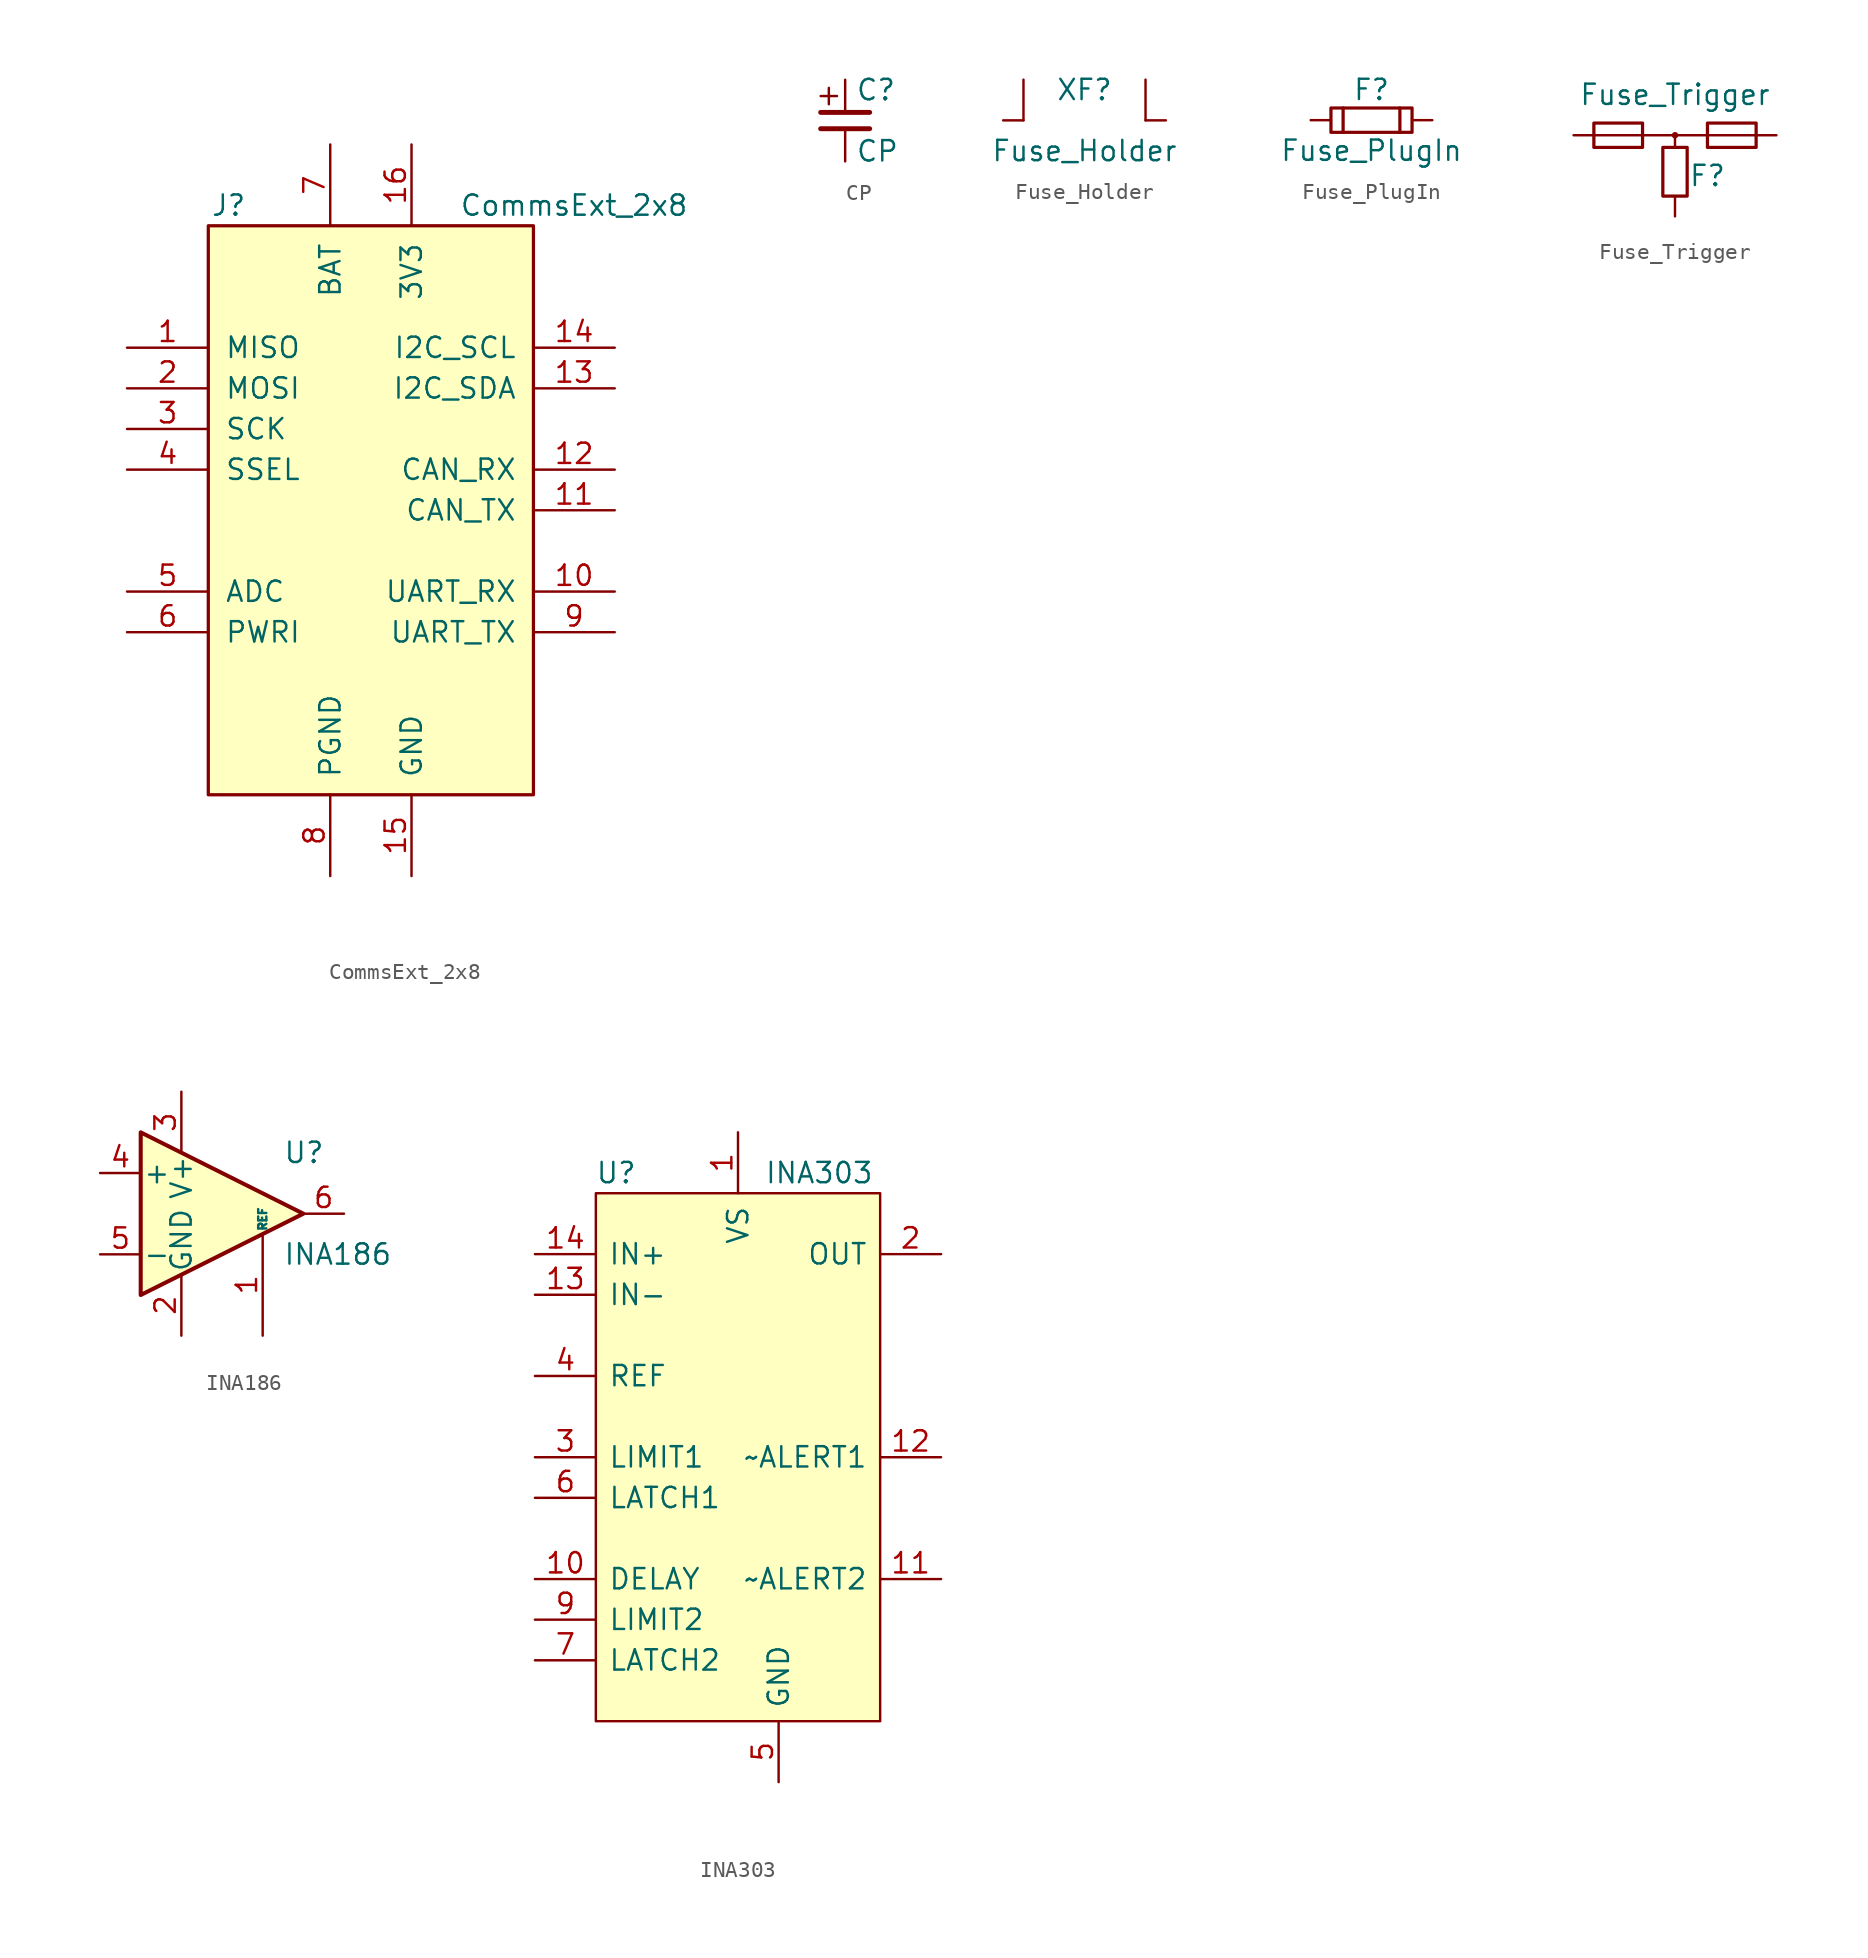
<source format=kicad_sym>
(kicad_symbol_lib
  (version 20220914)
  (generator kicad_symbol_editor)
  (symbol "CommsExt_2x8"
    (pin_names
      (offset 1.016))
    (property "Reference" "J"
      (at -8.89 19.05 0)
      (effects (font (size 1.27 1.27))))
    (property "Value" "CommsExt_2x8"
      (at 12.7 19.05 0)
      (effects (font (size 1.27 1.27))))
    (symbol "CommsExt_2x8_0_1"
      (rectangle (start -10.16 17.78) (end 10.16 -17.78) (stroke (width 0.203) (type default)) (fill (type background))))
    (symbol "CommsExt_2x8_1_1"
      (pin output line (at -15.24 10.16 0) (length 5.08) (name "MISO" (effects (font (size 1.27 1.27)))) (number "1" (effects (font (size 1.27 1.27)))))
      (pin output line (at 15.24 -5.08 180) (length 5.08) (name "UART_RX" (effects (font (size 1.27 1.27)))) (number "10" (effects (font (size 1.27 1.27)))))
      (pin input line (at 15.24 0 180) (length 5.08) (name "CAN_TX" (effects (font (size 1.27 1.27)))) (number "11" (effects (font (size 1.27 1.27)))))
      (pin output line (at 15.24 2.54 180) (length 5.08) (name "CAN_RX" (effects (font (size 1.27 1.27)))) (number "12" (effects (font (size 1.27 1.27)))))
      (pin bidirectional line (at 15.24 7.62 180) (length 5.08) (name "I2C_SDA" (effects (font (size 1.27 1.27)))) (number "13" (effects (font (size 1.27 1.27)))))
      (pin output line (at 15.24 10.16 180) (length 5.08) (name "I2C_SCL" (effects (font (size 1.27 1.27)))) (number "14" (effects (font (size 1.27 1.27)))))
      (pin power_in line (at 2.54 -22.86 90) (length 5.08) (name "GND" (effects (font (size 1.27 1.27)))) (number "15" (effects (font (size 1.27 1.27)))))
      (pin power_in line (at 2.54 22.86 270) (length 5.08) (name "3V3" (effects (font (size 1.27 1.27)))) (number "16" (effects (font (size 1.27 1.27)))))
      (pin input line (at -15.24 7.62 0) (length 5.08) (name "MOSI" (effects (font (size 1.27 1.27)))) (number "2" (effects (font (size 1.27 1.27)))))
      (pin input line (at -15.24 5.08 0) (length 5.08) (name "SCK" (effects (font (size 1.27 1.27)))) (number "3" (effects (font (size 1.27 1.27)))))
      (pin input line (at -15.24 2.54 0) (length 5.08) (name "SSEL" (effects (font (size 1.27 1.27)))) (number "4" (effects (font (size 1.27 1.27)))))
      (pin output line (at -15.24 -5.08 0) (length 5.08) (name "ADC" (effects (font (size 1.27 1.27)))) (number "5" (effects (font (size 1.27 1.27)))))
      (pin bidirectional line (at -15.24 -7.62 0) (length 5.08) (name "PWRI" (effects (font (size 1.27 1.27)))) (number "6" (effects (font (size 1.27 1.27)))))
      (pin power_in line (at -2.54 22.86 270) (length 5.08) (name "BAT" (effects (font (size 1.27 1.27)))) (number "7" (effects (font (size 1.27 1.27)))))
      (pin power_in line (at -2.54 -22.86 90) (length 5.08) (name "PGND" (effects (font (size 1.27 1.27)))) (number "8" (effects (font (size 1.27 1.27)))))
      (pin input line (at 15.24 -7.62 180) (length 5.08) (name "UART_TX" (effects (font (size 1.27 1.27)))) (number "9" (effects (font (size 1.27 1.27)))))))
  (symbol "CP"
    (pin_numbers hide)
    (pin_names
      (offset 0.254) hide)
    (property "Reference" "C"
      (at 0.635 1.905 0)
      (effects (font (size 1.27 1.27)) (justify left)))
    (property "Value" "CP"
      (at 0.635 -1.905 0)
      (effects (font (size 1.27 1.27)) (justify left)))
    (symbol "CP_0_0"
      (polyline (pts (xy -1.524 -0.508) (xy 1.524 -0.508)) (stroke (width 0.305) (type default)) (fill (type none)))
      (polyline (pts (xy -1.524 0.508) (xy 1.524 0.508)) (stroke (width 0.305) (type default)) (fill (type none))))
    (symbol "CP_0_1"
      (polyline (pts (xy -1.524 1.524) (xy -0.508 1.524)) (stroke (width 0) (type default)) (fill (type none)))
      (polyline (pts (xy -1.016 1.016) (xy -1.016 2.032)) (stroke (width 0) (type default)) (fill (type none))))
    (symbol "CP_1_1"
      (pin passive line (at 0 2.54 270) (length 2.032) (name "~" (effects (font (size 1.016 1.016)))) (number "1" (effects (font (size 1.016 1.016)))))
      (pin passive line (at 0 -2.54 90) (length 2.032) (name "~" (effects (font (size 1.016 1.016)))) (number "2" (effects (font (size 1.016 1.016)))))))
  (symbol "Fuse_Holder"
    (pin_numbers hide)
    (pin_names
      (offset 0.254) hide)
    (property "Reference" "XF"
      (at 0 1.905 0)
      (effects (font (size 1.27 1.27))))
    (property "Value" "Fuse_Holder"
      (at 0 -1.905 0)
      (effects (font (size 1.27 1.27))))
    (symbol "Fuse_Holder_0_1"
      (polyline (pts (xy -3.81 0) (xy -3.81 2.54)) (stroke (width 0) (type default)) (fill (type none)))
      (polyline (pts (xy 3.81 0) (xy 3.81 2.54)) (stroke (width 0) (type default)) (fill (type none))))
    (symbol "Fuse_Holder_1_1"
      (pin passive line (at -5.08 0 0) (length 1.27) (name "~" (effects (font (size 1.016 1.016)))) (number "1" (effects (font (size 1.016 1.016)))))
      (pin passive line (at 5.08 0 180) (length 1.27) (name "~" (effects (font (size 1.016 1.016)))) (number "2" (effects (font (size 1.016 1.016)))))))
  (symbol "Fuse_PlugIn"
    (pin_numbers hide)
    (pin_names
      (offset 0.254) hide)
    (property "Reference" "F"
      (at 0 1.905 0)
      (effects (font (size 1.27 1.27))))
    (property "Value" "Fuse_PlugIn"
      (at 0 -1.905 0)
      (effects (font (size 1.27 1.27))))
    (symbol "Fuse_PlugIn_0_1"
      (rectangle (start -2.54 0.762) (end 2.54 -0.762) (stroke (width 0.203) (type default)) (fill (type none)))
      (polyline (pts (xy -3.81 0) (xy -2.54 0)) (stroke (width 0) (type default)) (fill (type none)))
      (polyline (pts (xy -1.778 0.762) (xy -1.778 -0.762)) (stroke (width 0.203) (type default)) (fill (type none)))
      (polyline (pts (xy 1.778 0.762) (xy 1.778 -0.762)) (stroke (width 0.203) (type default)) (fill (type none)))
      (polyline (pts (xy 2.54 0) (xy 3.81 0)) (stroke (width 0) (type default)) (fill (type none)))))
  (symbol "Fuse_Trigger"
    (pin_numbers hide)
    (pin_names
      (offset 0.254) hide)
    (property "Reference" "F"
      (at 2.032 -2.54 0)
      (effects (font (size 1.27 1.27))))
    (property "Value" "Fuse_Trigger"
      (at 0 2.54 0)
      (effects (font (size 1.27 1.27))))
    (symbol "Fuse_Trigger_0_1"
      (rectangle (start -5.08 0.762) (end -2.032 -0.762) (stroke (width 0.203) (type default)) (fill (type none)))
      (rectangle (start -0.762 -3.81) (end 0.762 -0.762) (stroke (width 0.203) (type default)) (fill (type none)))
      (polyline (pts (xy -5.08 0) (xy 5.08 0)) (stroke (width 0) (type default)) (fill (type none)))
      (polyline (pts (xy 0 -0.762) (xy 0 0)) (stroke (width 0) (type default)) (fill (type none)))
      (circle (center 0 0) (radius 0.127) (stroke (width 0) (type default)) (fill (type outline)))
      (rectangle (start 2.032 0.762) (end 5.08 -0.762) (stroke (width 0.203) (type default)) (fill (type none))))
    (symbol "Fuse_Trigger_1_1"
      (pin passive line (at -6.35 0 0) (length 1.27) (name "~" (effects (font (size 1.016 1.016)))) (number "1" (effects (font (size 1.016 1.016)))))
      (pin input line (at 0 -5.08 90) (length 1.27) (name "TRIG" (effects (font (size 1.27 1.27)))) (number "2" (effects (font (size 1.27 1.27)))))
      (pin passive line (at 6.35 0 180) (length 1.27) (name "~" (effects (font (size 1.016 1.016)))) (number "3" (effects (font (size 1.016 1.016)))))))
  (symbol "INA186"
    (pin_names
      (offset 0.127))
    (property "Reference" "U"
      (at 3.81 3.81 0)
      (effects (font (size 1.27 1.27)) (justify left)))
    (property "Value" "INA186"
      (at 3.81 -2.54 0)
      (effects (font (size 1.27 1.27)) (justify left)))
    (symbol "INA186_0_1"
      (polyline (pts (xy 5.08 0) (xy -5.08 5.08) (xy -5.08 -5.08) (xy 5.08 0)) (stroke (width 0.254) (type default)) (fill (type background))))
    (symbol "INA186_1_1"
      (pin input line (at 2.54 -7.62 90) (length 6.35) (name "REF" (effects (font (size 0.508 0.508)))) (number "1" (effects (font (size 1.27 1.27)))))
      (pin power_in line (at -2.54 -7.62 90) (length 3.81) (name "GND" (effects (font (size 1.27 1.27)))) (number "2" (effects (font (size 1.27 1.27)))))
      (pin power_in line (at -2.54 7.62 270) (length 3.81) (name "V+" (effects (font (size 1.27 1.27)))) (number "3" (effects (font (size 1.27 1.27)))))
      (pin input line (at -7.62 2.54 0) (length 2.54) (name "+" (effects (font (size 1.27 1.27)))) (number "4" (effects (font (size 1.27 1.27)))))
      (pin input line (at -7.62 -2.54 0) (length 2.54) (name "-" (effects (font (size 1.27 1.27)))) (number "5" (effects (font (size 1.27 1.27)))))
      (pin output line (at 7.62 0 180) (length 2.54) (name "~" (effects (font (size 1.27 1.27)))) (number "6" (effects (font (size 1.27 1.27)))))))
  (symbol "INA303"
    (pin_names
      (offset 0.762))
    (property "Reference" "U"
      (at -7.62 17.78 0)
      (effects (font (size 1.27 1.27))))
    (property "Value" "INA303"
      (at 5.08 17.78 0)
      (effects (font (size 1.27 1.27))))
    (symbol "INA303_0_1"
      (rectangle (start -8.89 16.51) (end 8.89 -16.51) (stroke (width 0) (type default)) (fill (type background))))
    (symbol "INA303_1_1"
      (pin power_in line (at 0 20.32 270) (length 3.81) (name "VS" (effects (font (size 1.27 1.27)))) (number "1" (effects (font (size 1.27 1.27)))))
      (pin input line (at -12.7 -7.62 0) (length 3.81) (name "DELAY" (effects (font (size 1.27 1.27)))) (number "10" (effects (font (size 1.27 1.27)))))
      (pin output line (at 12.7 -7.62 180) (length 3.81) (name "~ALERT2" (effects (font (size 1.27 1.27)))) (number "11" (effects (font (size 1.27 1.27)))))
      (pin output line (at 12.7 0 180) (length 3.81) (name "~ALERT1" (effects (font (size 1.27 1.27)))) (number "12" (effects (font (size 1.27 1.27)))))
      (pin input line (at -12.7 10.16 0) (length 3.81) (name "IN-" (effects (font (size 1.27 1.27)))) (number "13" (effects (font (size 1.27 1.27)))))
      (pin input line (at -12.7 12.7 0) (length 3.81) (name "IN+" (effects (font (size 1.27 1.27)))) (number "14" (effects (font (size 1.27 1.27)))))
      (pin output line (at 12.7 12.7 180) (length 3.81) (name "OUT" (effects (font (size 1.27 1.27)))) (number "2" (effects (font (size 1.27 1.27)))))
      (pin input line (at -12.7 0 0) (length 3.81) (name "LIMIT1" (effects (font (size 1.27 1.27)))) (number "3" (effects (font (size 1.27 1.27)))))
      (pin input line (at -12.7 5.08 0) (length 3.81) (name "REF" (effects (font (size 1.27 1.27)))) (number "4" (effects (font (size 1.27 1.27)))))
      (pin power_in line (at 2.54 -20.32 90) (length 3.81) (name "GND" (effects (font (size 1.27 1.27)))) (number "5" (effects (font (size 1.27 1.27)))))
      (pin input line (at -12.7 -2.54 0) (length 3.81) (name "LATCH1" (effects (font (size 1.27 1.27)))) (number "6" (effects (font (size 1.27 1.27)))))
      (pin input line (at -12.7 -12.7 0) (length 3.81) (name "LATCH2" (effects (font (size 1.27 1.27)))) (number "7" (effects (font (size 1.27 1.27)))))
      (pin no_connect line (at 12.7 -12.7 180) (length 3.81) hide (name "NC" (effects (font (size 1.27 1.27)))) (number "8" (effects (font (size 1.27 1.27)))))
      (pin input line (at -12.7 -10.16 0) (length 3.81) (name "LIMIT2" (effects (font (size 1.27 1.27)))) (number "9" (effects (font (size 1.27 1.27))))))))
</source>
